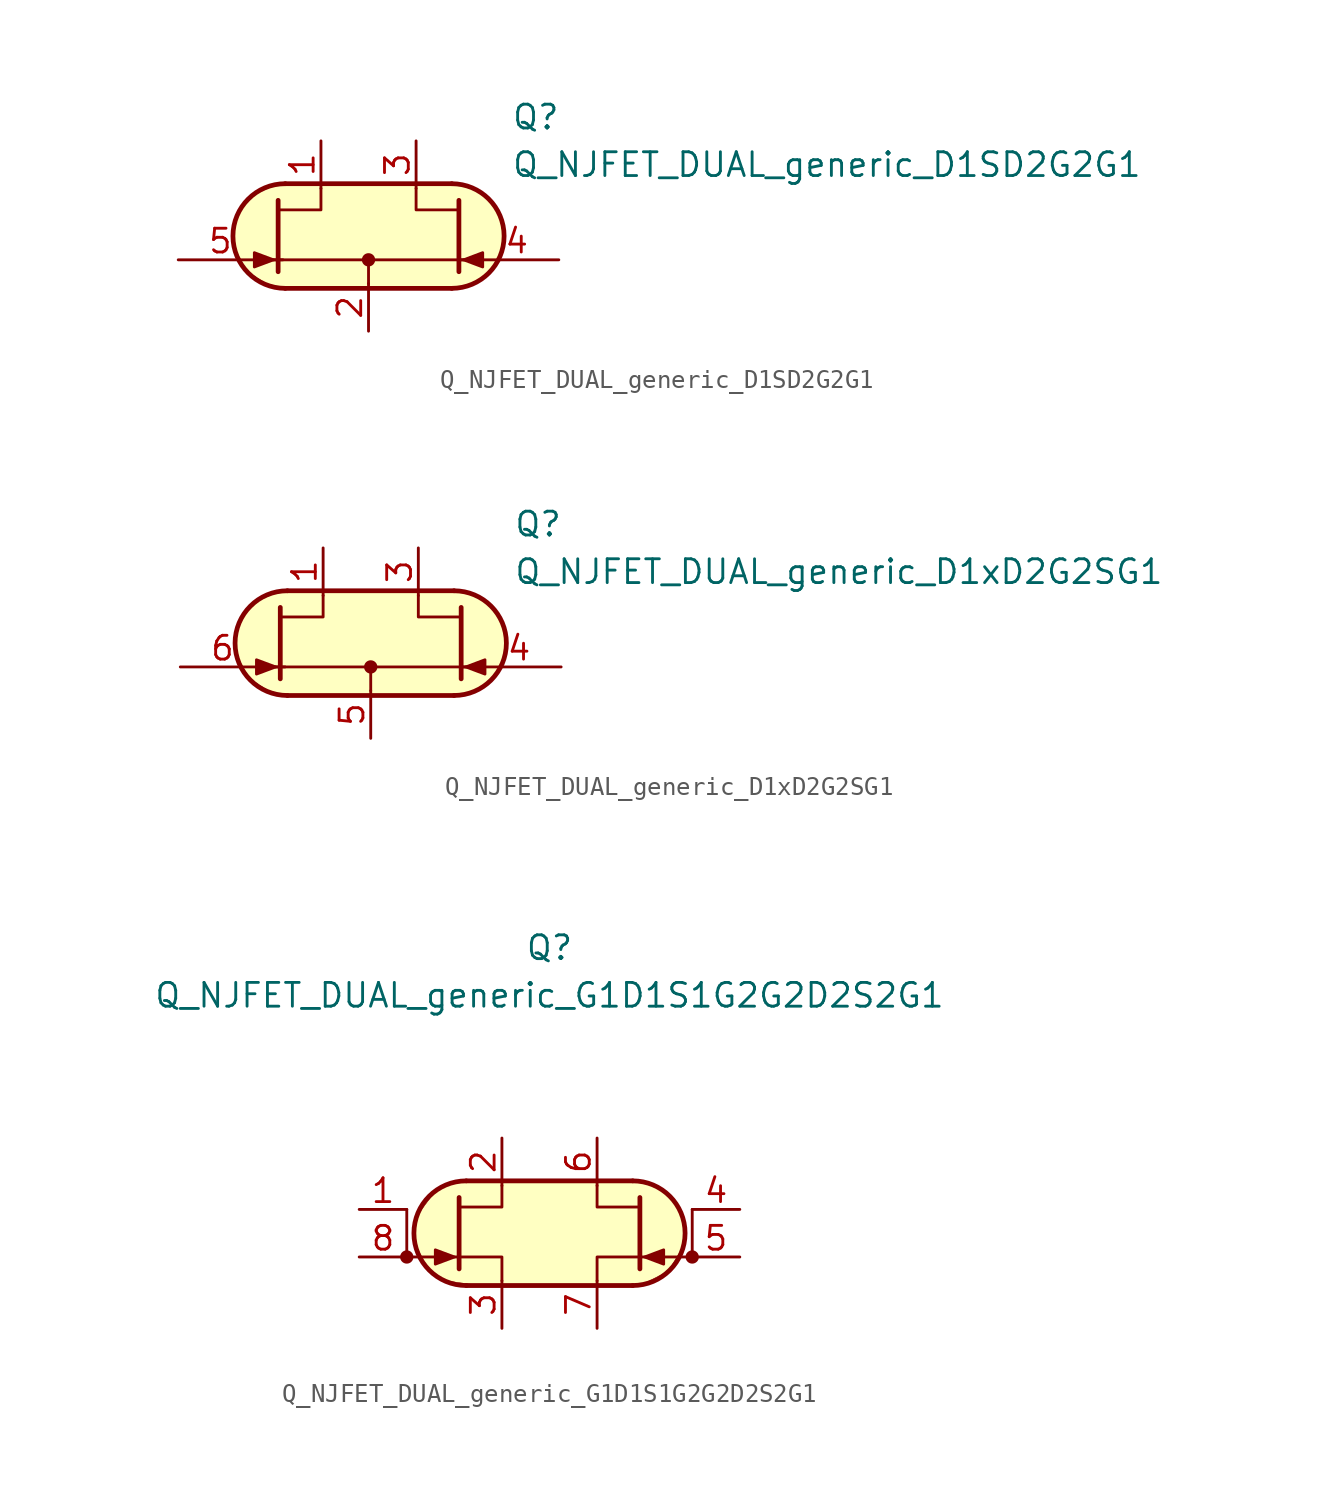
<source format=kicad_sym>
(kicad_symbol_lib
  (version 20231120)
  (generator "kicad_symbol_editor")
  (generator_version "8.0")
  (symbol "Q_NJFET_DUAL_generic_D1SD2G2G1"
    (pin_names
      (offset 1.016) hide)
    (property "Reference" "Q"
      (at 7.62 6.35 0)
      (effects (font (size 1.27 1.27)) (justify left)))
    (property "Value" "Q_NJFET_DUAL_generic_D1SD2G2G1"
      (at 7.62 3.81 0)
      (effects (font (size 1.27 1.27)) (justify left)))
    (symbol "Q_NJFET_DUAL_generic_D1SD2G2G1_0_1"
      (arc (start -4.445 2.794) (mid -7.2269 0) (end -4.445 -2.794) (stroke (width 0.254) (type default)) (fill (type background)))
      (polyline (pts (xy -5.207 -1.27) (xy -4.572 -1.27)) (stroke (width 0) (type default)) (fill (type none)))
      (polyline (pts (xy -5.08 -1.27) (xy 5.08 -1.27)) (stroke (width 0.152) (type default)) (fill (type none)))
      (polyline (pts (xy -4.445 2.794) (xy 4.445 2.794)) (stroke (width 0.254) (type default)) (fill (type none)))
      (polyline (pts (xy 0 -2.54) (xy 0 -1.27)) (stroke (width 0.152) (type default)) (fill (type none)))
      (polyline (pts (xy 4.445 -2.794) (xy -4.445 -2.794)) (stroke (width 0.254) (type default)) (fill (type none)))
      (polyline (pts (xy 5.334 -1.27) (xy 4.826 -1.27)) (stroke (width 0) (type default)) (fill (type none)))
      (polyline (pts (xy -4.699 -2.794) (xy 4.699 -2.794) (xy 5.969 -2.413) (xy 6.858 -1.524) (xy 7.239 -0.127) (xy 6.985 1.143) (xy 6.35 2.032) (xy 5.334 2.667) (xy 4.318 2.794) (xy -4.826 2.794) (xy -5.969 2.286) (xy -6.858 1.397) (xy -7.239 0.508) (xy -7.112 -0.762) (xy -6.477 -1.905) (xy -5.461 -2.54) (xy -4.445 -2.794)) (stroke (width 0.025) (type default)) (fill (type background))))
    (symbol "Q_NJFET_DUAL_generic_D1SD2G2G1_1_1"
      (circle (center 0 -1.27) (radius 0.279) (stroke (width 0) (type default)) (fill (type outline)))
      (polyline (pts (xy -4.826 1.905) (xy -4.826 -1.905) (xy -4.826 -1.905)) (stroke (width 0.254) (type default)) (fill (type none)))
      (polyline (pts (xy -2.54 2.54) (xy -2.54 1.397) (xy -4.826 1.397)) (stroke (width 0) (type default)) (fill (type none)))
      (polyline (pts (xy 2.54 2.54) (xy 2.54 1.397) (xy 4.826 1.397)) (stroke (width 0) (type default)) (fill (type none)))
      (polyline (pts (xy 4.826 1.905) (xy 4.826 -1.905) (xy 4.826 -1.905)) (stroke (width 0.254) (type default)) (fill (type none)))
      (polyline (pts (xy -5.08 -1.27) (xy -6.096 -0.889) (xy -6.096 -1.651) (xy -5.08 -1.27)) (stroke (width 0) (type default)) (fill (type outline)))
      (polyline (pts (xy 5.08 -1.27) (xy 6.096 -0.889) (xy 6.096 -1.651) (xy 5.08 -1.27)) (stroke (width 0) (type default)) (fill (type outline)))
      (arc (start 4.445 -2.794) (mid 7.2269 0) (end 4.445 2.794) (stroke (width 0.254) (type default)) (fill (type none)))
      (pin passive line (at -2.54 5.08 270) (length 2.54) (name "D1" (effects (font (size 1.27 1.27)))) (number "1" (effects (font (size 1.27 1.27)))))
      (pin passive line (at 0 -5.08 90) (length 2.54) (name "S" (effects (font (size 1.27 1.27)))) (number "2" (effects (font (size 1.27 1.27)))))
      (pin passive line (at 2.54 5.08 270) (length 2.54) (name "D2" (effects (font (size 1.27 1.27)))) (number "3" (effects (font (size 1.27 1.27)))))
      (pin input line (at 10.16 -1.27 180) (length 4.496) (name "G2" (effects (font (size 1.27 1.27)))) (number "4" (effects (font (size 1.27 1.27)))))
      (pin input line (at -10.16 -1.27 0) (length 4.496) (name "G1" (effects (font (size 1.27 1.27)))) (number "5" (effects (font (size 1.27 1.27)))))))
  (symbol "Q_NJFET_DUAL_generic_D1xD2G2SG1"
    (pin_names
      (offset 1.016) hide)
    (property "Reference" "Q"
      (at 7.62 6.35 0)
      (effects (font (size 1.27 1.27)) (justify left)))
    (property "Value" "Q_NJFET_DUAL_generic_D1xD2G2SG1"
      (at 7.62 3.81 0)
      (effects (font (size 1.27 1.27)) (justify left)))
    (symbol "Q_NJFET_DUAL_generic_D1xD2G2SG1_0_1"
      (arc (start -4.445 2.794) (mid -7.2269 0) (end -4.445 -2.794) (stroke (width 0.254) (type default)) (fill (type background)))
      (polyline (pts (xy -5.207 -1.27) (xy -4.572 -1.27)) (stroke (width 0) (type default)) (fill (type none)))
      (polyline (pts (xy -5.08 -1.27) (xy 5.08 -1.27)) (stroke (width 0.152) (type default)) (fill (type none)))
      (polyline (pts (xy -4.445 2.794) (xy 4.445 2.794)) (stroke (width 0.254) (type default)) (fill (type none)))
      (polyline (pts (xy 0 -2.54) (xy 0 -1.27)) (stroke (width 0.152) (type default)) (fill (type none)))
      (polyline (pts (xy 4.445 -2.794) (xy -4.445 -2.794)) (stroke (width 0.254) (type default)) (fill (type none)))
      (polyline (pts (xy 5.334 -1.27) (xy 4.826 -1.27)) (stroke (width 0) (type default)) (fill (type none)))
      (polyline (pts (xy -4.699 -2.794) (xy 4.699 -2.794) (xy 5.969 -2.413) (xy 6.858 -1.524) (xy 7.239 -0.127) (xy 6.985 1.143) (xy 6.35 2.032) (xy 5.334 2.667) (xy 4.318 2.794) (xy -4.826 2.794) (xy -5.969 2.286) (xy -6.858 1.397) (xy -7.239 0.508) (xy -7.112 -0.762) (xy -6.477 -1.905) (xy -5.461 -2.54) (xy -4.445 -2.794)) (stroke (width 0.025) (type default)) (fill (type background))))
    (symbol "Q_NJFET_DUAL_generic_D1xD2G2SG1_1_1"
      (circle (center 0 -1.27) (radius 0.279) (stroke (width 0) (type default)) (fill (type outline)))
      (polyline (pts (xy -4.826 1.905) (xy -4.826 -1.905) (xy -4.826 -1.905)) (stroke (width 0.254) (type default)) (fill (type none)))
      (polyline (pts (xy -2.54 2.54) (xy -2.54 1.397) (xy -4.826 1.397)) (stroke (width 0) (type default)) (fill (type none)))
      (polyline (pts (xy 2.54 2.54) (xy 2.54 1.397) (xy 4.826 1.397)) (stroke (width 0) (type default)) (fill (type none)))
      (polyline (pts (xy 4.826 1.905) (xy 4.826 -1.905) (xy 4.826 -1.905)) (stroke (width 0.254) (type default)) (fill (type none)))
      (polyline (pts (xy -5.08 -1.27) (xy -6.096 -0.889) (xy -6.096 -1.651) (xy -5.08 -1.27)) (stroke (width 0) (type default)) (fill (type outline)))
      (polyline (pts (xy 5.08 -1.27) (xy 6.096 -0.889) (xy 6.096 -1.651) (xy 5.08 -1.27)) (stroke (width 0) (type default)) (fill (type outline)))
      (arc (start 4.445 -2.794) (mid 7.2269 0) (end 4.445 2.794) (stroke (width 0.254) (type default)) (fill (type none)))
      (pin passive line (at -2.54 5.08 270) (length 2.54) (name "D1" (effects (font (size 1.27 1.27)))) (number "1" (effects (font (size 1.27 1.27)))))
      (pin free line (at 0 0 180) (length 2.54) hide (name "NC" (effects (font (size 1.27 1.27)))) (number "2" (effects (font (size 1.27 1.27)))))
      (pin passive line (at 2.54 5.08 270) (length 2.54) (name "D2" (effects (font (size 1.27 1.27)))) (number "3" (effects (font (size 1.27 1.27)))))
      (pin input line (at 10.16 -1.27 180) (length 4.496) (name "G2" (effects (font (size 1.27 1.27)))) (number "4" (effects (font (size 1.27 1.27)))))
      (pin passive line (at 0 -5.08 90) (length 2.54) (name "S" (effects (font (size 1.27 1.27)))) (number "5" (effects (font (size 1.27 1.27)))))
      (pin input line (at -10.16 -1.27 0) (length 4.496) (name "G1" (effects (font (size 1.27 1.27)))) (number "6" (effects (font (size 1.27 1.27)))))))
  (symbol "Q_NJFET_DUAL_generic_G1D1S1G2G2D2S2G1"
    (pin_names
      (offset 1.016) hide)
    (property "Reference" "Q"
      (at 0 15.24 0)
      (effects (font (size 1.27 1.27))))
    (property "Value" "Q_NJFET_DUAL_generic_G1D1S1G2G2D2S2G1"
      (at 0 12.7 0)
      (effects (font (size 1.27 1.27))))
    (symbol "Q_NJFET_DUAL_generic_G1D1S1G2G2D2S2G1_0_1"
      (circle (center -7.62 -1.27) (radius 0.279) (stroke (width 0) (type default)) (fill (type outline)))
      (arc (start -4.445 2.794) (mid -7.2269 0) (end -4.445 -2.794) (stroke (width 0.254) (type default)) (fill (type background)))
      (polyline (pts (xy -7.62 -1.27) (xy -4.826 -1.27)) (stroke (width 0) (type default)) (fill (type none)))
      (polyline (pts (xy -7.62 1.27) (xy -7.62 -1.27)) (stroke (width 0) (type default)) (fill (type none)))
      (polyline (pts (xy -4.445 -2.794) (xy 4.445 -2.794)) (stroke (width 0.254) (type default)) (fill (type none)))
      (polyline (pts (xy 4.445 2.794) (xy -4.445 2.794)) (stroke (width 0.254) (type default)) (fill (type none)))
      (polyline (pts (xy 4.699 2.794) (xy -4.699 2.794) (xy -5.969 2.413) (xy -7.112 0.889) (xy -7.239 -0.381) (xy -6.604 -1.778) (xy -5.588 -2.54) (xy -3.683 -2.794) (xy 4.826 -2.794) (xy 6.35 -2.032) (xy 7.112 -0.762) (xy 7.239 0.381) (xy 6.731 1.651) (xy 5.461 2.667) (xy 4.699 2.794)) (stroke (width 0.025) (type default)) (fill (type background))))
    (symbol "Q_NJFET_DUAL_generic_G1D1S1G2G2D2S2G1_1_1"
      (polyline (pts (xy 7.62 -1.27) (xy 4.826 -1.27)) (stroke (width 0) (type default)) (fill (type none)))
      (polyline (pts (xy 7.62 1.27) (xy 7.62 -1.27)) (stroke (width 0) (type default)) (fill (type none)))
      (polyline (pts (xy -4.826 1.905) (xy -4.826 -1.905) (xy -4.826 -1.905)) (stroke (width 0.254) (type default)) (fill (type none)))
      (polyline (pts (xy -2.54 -2.54) (xy -2.54 -1.27) (xy -4.826 -1.27)) (stroke (width 0) (type default)) (fill (type none)))
      (polyline (pts (xy -2.54 2.54) (xy -2.54 1.397) (xy -4.826 1.397)) (stroke (width 0) (type default)) (fill (type none)))
      (polyline (pts (xy 2.54 -2.54) (xy 2.54 -1.27) (xy 4.826 -1.27)) (stroke (width 0) (type default)) (fill (type none)))
      (polyline (pts (xy 2.54 2.54) (xy 2.54 1.397) (xy 4.826 1.397)) (stroke (width 0) (type default)) (fill (type none)))
      (polyline (pts (xy 4.826 1.905) (xy 4.826 -1.905) (xy 4.826 -1.905)) (stroke (width 0.254) (type default)) (fill (type none)))
      (polyline (pts (xy -5.08 -1.27) (xy -6.096 -0.889) (xy -6.096 -1.651) (xy -5.08 -1.27)) (stroke (width 0) (type default)) (fill (type outline)))
      (polyline (pts (xy 5.08 -1.27) (xy 6.096 -0.889) (xy 6.096 -1.651) (xy 5.08 -1.27)) (stroke (width 0) (type default)) (fill (type outline)))
      (arc (start 4.445 -2.794) (mid 7.2269 0) (end 4.445 2.794) (stroke (width 0.254) (type default)) (fill (type none)))
      (circle (center 7.62 -1.27) (radius 0.279) (stroke (width 0) (type default)) (fill (type outline)))
      (pin input line (at -10.16 1.27 0) (length 2.54) (name "G1" (effects (font (size 1.27 1.27)))) (number "1" (effects (font (size 1.27 1.27)))))
      (pin passive line (at -2.54 5.08 270) (length 2.54) (name "D1" (effects (font (size 1.27 1.27)))) (number "2" (effects (font (size 1.27 1.27)))))
      (pin passive line (at -2.54 -5.08 90) (length 2.54) (name "S1" (effects (font (size 1.27 1.27)))) (number "3" (effects (font (size 1.27 1.27)))))
      (pin input line (at 10.16 1.27 180) (length 2.54) (name "G2" (effects (font (size 1.27 1.27)))) (number "4" (effects (font (size 1.27 1.27)))))
      (pin input line (at 10.16 -1.27 180) (length 2.54) (name "G2" (effects (font (size 1.27 1.27)))) (number "5" (effects (font (size 1.27 1.27)))))
      (pin passive line (at 2.54 5.08 270) (length 2.54) (name "D2" (effects (font (size 1.27 1.27)))) (number "6" (effects (font (size 1.27 1.27)))))
      (pin passive line (at 2.54 -5.08 90) (length 2.54) (name "S2" (effects (font (size 1.27 1.27)))) (number "7" (effects (font (size 1.27 1.27)))))
      (pin input line (at -10.16 -1.27 0) (length 2.54) (name "G1" (effects (font (size 1.27 1.27)))) (number "8" (effects (font (size 1.27 1.27))))))))
</source>
